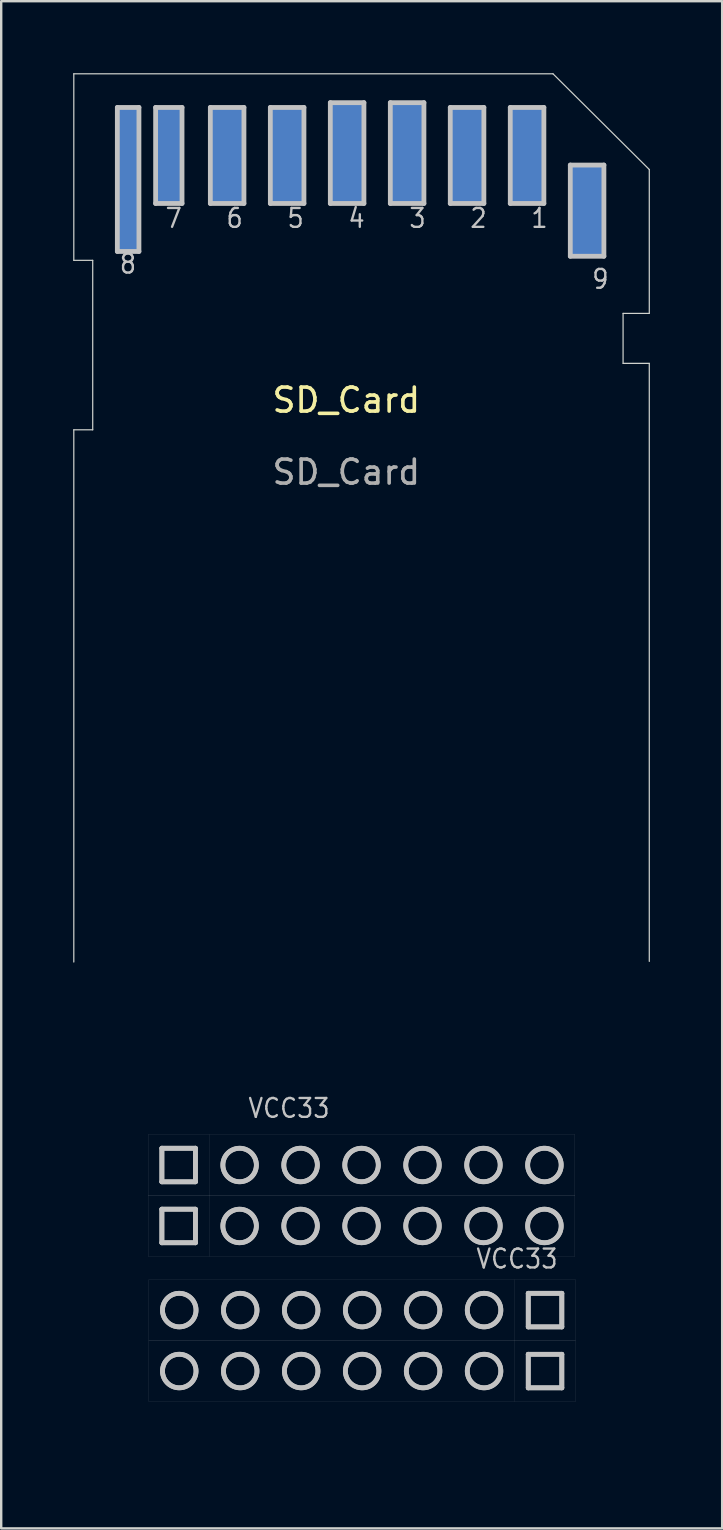
<source format=kicad_pcb>
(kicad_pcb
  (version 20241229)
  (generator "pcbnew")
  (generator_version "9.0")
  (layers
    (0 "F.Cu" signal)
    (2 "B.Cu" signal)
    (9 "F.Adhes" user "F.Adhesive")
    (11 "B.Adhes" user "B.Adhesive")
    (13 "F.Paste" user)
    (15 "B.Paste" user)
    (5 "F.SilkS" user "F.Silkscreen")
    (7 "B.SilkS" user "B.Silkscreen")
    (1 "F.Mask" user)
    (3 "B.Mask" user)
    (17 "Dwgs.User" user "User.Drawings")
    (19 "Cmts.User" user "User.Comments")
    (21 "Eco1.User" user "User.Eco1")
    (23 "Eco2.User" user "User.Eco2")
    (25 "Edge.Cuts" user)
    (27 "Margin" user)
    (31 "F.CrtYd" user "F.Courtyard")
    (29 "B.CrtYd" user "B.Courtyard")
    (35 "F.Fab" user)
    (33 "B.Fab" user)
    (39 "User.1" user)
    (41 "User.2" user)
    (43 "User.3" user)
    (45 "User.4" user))
  (footprint "SD_Card"
    (layer "F.Cu")
    (at 11.379 14.122)
    (property "Reference" "SD_Card" (at 0 -0.5 0) (unlocked yes) (layer "F.SilkS") (effects (font (size 1 1) (thickness 0.15))))
    (attr smd)
    (fp_line (start -11.34 -14.095) (end -11.34 -13.915) (stroke (width 0.001) (type solid)) (layer "Dwgs.User"))
    (fp_line (start -11.34 0.705) (end -11.34 1.455) (stroke (width 0.001) (type solid)) (layer "Dwgs.User"))
    (fp_line (start -11.34 0.955) (end -11.34 22.905) (stroke (width 0.001) (type solid)) (layer "Dwgs.User"))
    (fp_line (start -11.33 -14.095) (end -11.33 -6.295) (stroke (width 0.001) (type solid)) (layer "Dwgs.User"))
    (fp_line (start -11.33 -14.095) (end -5.76 -14.095) (stroke (width 0.001) (type solid)) (layer "Dwgs.User"))
    (fp_line (start -11.33 -6.295) (end -10.58 -6.295) (stroke (width 0.001) (type solid)) (layer "Dwgs.User"))
    (fp_line (start -11.328 -6.35) (end -11.328 -14.097) (stroke (width 0.002) (type solid)) (layer "Dwgs.User"))
    (fp_line (start -11.328 0.762) (end -10.541 0.762) (stroke (width 0.002) (type solid)) (layer "Dwgs.User"))
    (fp_line (start -11.328 37.059) (end -11.328 0.762) (stroke (width 0.002) (type solid)) (layer "Dwgs.User"))
    (fp_line (start -11.328 37.059) (end -11.328 43.51) (stroke (width 0.002) (type solid)) (layer "Dwgs.User"))
    (fp_line (start -11.328 43.51) (end 12.649 43.51) (stroke (width 0.002) (type solid)) (layer "Dwgs.User"))
    (fp_line (start -10.58 -6.295) (end -10.58 0.705) (stroke (width 0.001) (type solid)) (layer "Dwgs.User"))
    (fp_line (start -10.58 0.705) (end -11.34 0.705) (stroke (width 0.001) (type solid)) (layer "Dwgs.User"))
    (fp_line (start -10.541 -6.35) (end -11.328 -6.35) (stroke (width 0.002) (type solid)) (layer "Dwgs.User"))
    (fp_line (start -10.541 0.762) (end -10.541 -6.35) (stroke (width 0.002) (type solid)) (layer "Dwgs.User"))
    (fp_line (start -9.54 -12.695) (end -9.54 -6.695) (stroke (width 0.2) (type solid)) (layer "Dwgs.User"))
    (fp_line (start -9.54 -6.695) (end -8.64 -6.695) (stroke (width 0.2) (type solid)) (layer "Dwgs.User"))
    (fp_line (start -8.64 -12.695) (end -9.54 -12.695) (stroke (width 0.2) (type solid)) (layer "Dwgs.User"))
    (fp_line (start -8.64 -6.695) (end -8.64 -12.695) (stroke (width 0.2) (type solid)) (layer "Dwgs.User"))
    (fp_line (start -8.255 30.099) (end -8.255 32.639) (stroke (width 0.003) (type solid)) (layer "Dwgs.User"))
    (fp_line (start -8.255 32.639) (end -8.255 35.179) (stroke (width 0.003) (type solid)) (layer "Dwgs.User"))
    (fp_line (start -8.255 32.639) (end 9.525 32.639) (stroke (width 0.003) (type solid)) (layer "Dwgs.User"))
    (fp_line (start -8.255 35.179) (end 9.525 35.179) (stroke (width 0.003) (type solid)) (layer "Dwgs.User"))
    (fp_line (start -8.23 36.144) (end 9.55 36.144) (stroke (width 0.003) (type solid)) (layer "Dwgs.User"))
    (fp_line (start -8.23 38.684) (end -8.23 36.144) (stroke (width 0.003) (type solid)) (layer "Dwgs.User"))
    (fp_line (start -8.23 38.684) (end 9.55 38.684) (stroke (width 0.003) (type solid)) (layer "Dwgs.User"))
    (fp_line (start -8.23 41.224) (end -8.23 38.684) (stroke (width 0.003) (type solid)) (layer "Dwgs.User"))
    (fp_line (start -7.945 -12.695) (end -7.945 -8.695) (stroke (width 0.2) (type solid)) (layer "Dwgs.User"))
    (fp_line (start -7.945 -8.695) (end -6.845 -8.695) (stroke (width 0.2) (type solid)) (layer "Dwgs.User"))
    (fp_line (start -7.684 30.671) (end -7.684 32.068) (stroke (width 0.2) (type solid)) (layer "Dwgs.User"))
    (fp_line (start -7.684 30.671) (end -7.684 32.068) (stroke (width 0.2) (type solid)) (layer "Dwgs.User"))
    (fp_line (start -7.684 32.068) (end -6.287 32.068) (stroke (width 0.2) (type solid)) (layer "Dwgs.User"))
    (fp_line (start -7.684 32.068) (end -6.287 32.068) (stroke (width 0.2) (type solid)) (layer "Dwgs.User"))
    (fp_line (start -7.684 33.211) (end -7.684 34.608) (stroke (width 0.2) (type solid)) (layer "Dwgs.User"))
    (fp_line (start -7.684 33.211) (end -7.684 34.608) (stroke (width 0.2) (type solid)) (layer "Dwgs.User"))
    (fp_line (start -7.684 34.608) (end -6.287 34.608) (stroke (width 0.2) (type solid)) (layer "Dwgs.User"))
    (fp_line (start -7.684 34.608) (end -6.287 34.608) (stroke (width 0.2) (type solid)) (layer "Dwgs.User"))
    (fp_line (start -7.163 -14.097) (end -11.328 -14.097) (stroke (width 0.002) (type solid)) (layer "Dwgs.User"))
    (fp_line (start -7.163 -14.097) (end 8.661 -14.097) (stroke (width 0.002) (type solid)) (layer "Dwgs.User"))
    (fp_line (start -6.845 -12.695) (end -7.945 -12.695) (stroke (width 0.2) (type solid)) (layer "Dwgs.User"))
    (fp_line (start -6.845 -8.695) (end -6.845 -12.695) (stroke (width 0.2) (type solid)) (layer "Dwgs.User"))
    (fp_line (start -6.287 30.671) (end -7.684 30.671) (stroke (width 0.2) (type solid)) (layer "Dwgs.User"))
    (fp_line (start -6.287 30.671) (end -7.684 30.671) (stroke (width 0.2) (type solid)) (layer "Dwgs.User"))
    (fp_line (start -6.287 32.068) (end -6.287 30.671) (stroke (width 0.2) (type solid)) (layer "Dwgs.User"))
    (fp_line (start -6.287 32.068) (end -6.287 30.671) (stroke (width 0.2) (type solid)) (layer "Dwgs.User"))
    (fp_line (start -6.287 33.211) (end -7.684 33.211) (stroke (width 0.2) (type solid)) (layer "Dwgs.User"))
    (fp_line (start -6.287 33.211) (end -7.684 33.211) (stroke (width 0.2) (type solid)) (layer "Dwgs.User"))
    (fp_line (start -6.287 34.608) (end -6.287 33.211) (stroke (width 0.2) (type solid)) (layer "Dwgs.User"))
    (fp_line (start -6.287 34.608) (end -6.287 33.211) (stroke (width 0.2) (type solid)) (layer "Dwgs.User"))
    (fp_line (start -5.715 32.639) (end -5.715 30.099) (stroke (width 0.003) (type solid)) (layer "Dwgs.User"))
    (fp_line (start -5.715 35.179) (end -5.715 32.639) (stroke (width 0.003) (type solid)) (layer "Dwgs.User"))
    (fp_line (start -5.665 -12.695) (end -5.665 -8.695) (stroke (width 0.2) (type solid)) (layer "Dwgs.User"))
    (fp_line (start -5.665 -8.695) (end -4.265 -8.695) (stroke (width 0.2) (type solid)) (layer "Dwgs.User"))
    (fp_line (start -4.265 -12.695) (end -5.665 -12.695) (stroke (width 0.2) (type solid)) (layer "Dwgs.User"))
    (fp_line (start -4.265 -8.695) (end -4.265 -12.695) (stroke (width 0.2) (type solid)) (layer "Dwgs.User"))
    (fp_line (start -3.165 -12.695) (end -3.165 -8.695) (stroke (width 0.2) (type solid)) (layer "Dwgs.User"))
    (fp_line (start -3.165 -8.695) (end -1.765 -8.695) (stroke (width 0.2) (type solid)) (layer "Dwgs.User"))
    (fp_line (start -1.765 -12.695) (end -3.165 -12.695) (stroke (width 0.2) (type solid)) (layer "Dwgs.User"))
    (fp_line (start -1.765 -8.695) (end -1.765 -12.695) (stroke (width 0.2) (type solid)) (layer "Dwgs.User"))
    (fp_line (start -0.666 -12.895) (end -0.666 -8.695) (stroke (width 0.2) (type solid)) (layer "Dwgs.User"))
    (fp_line (start -0.666 -8.695) (end 0.734 -8.695) (stroke (width 0.2) (type solid)) (layer "Dwgs.User"))
    (fp_line (start 0.734 -12.895) (end -0.666 -12.895) (stroke (width 0.2) (type solid)) (layer "Dwgs.User"))
    (fp_line (start 0.734 -8.695) (end 0.734 -12.895) (stroke (width 0.2) (type solid)) (layer "Dwgs.User"))
    (fp_line (start 1.834 -12.895) (end 1.834 -8.695) (stroke (width 0.2) (type solid)) (layer "Dwgs.User"))
    (fp_line (start 1.834 -8.695) (end 3.234 -8.695) (stroke (width 0.2) (type solid)) (layer "Dwgs.User"))
    (fp_line (start 3.234 -12.895) (end 1.834 -12.895) (stroke (width 0.2) (type solid)) (layer "Dwgs.User"))
    (fp_line (start 3.234 -8.695) (end 3.234 -12.895) (stroke (width 0.2) (type solid)) (layer "Dwgs.User"))
    (fp_line (start 4.332 -12.695) (end 4.332 -8.695) (stroke (width 0.2) (type solid)) (layer "Dwgs.User"))
    (fp_line (start 4.332 -8.695) (end 5.732 -8.695) (stroke (width 0.2) (type solid)) (layer "Dwgs.User"))
    (fp_line (start 5.732 -12.695) (end 4.332 -12.695) (stroke (width 0.2) (type solid)) (layer "Dwgs.User"))
    (fp_line (start 5.732 -8.695) (end 5.732 -12.695) (stroke (width 0.2) (type solid)) (layer "Dwgs.User"))
    (fp_line (start 6.832 -12.695) (end 6.832 -8.695) (stroke (width 0.2) (type solid)) (layer "Dwgs.User"))
    (fp_line (start 6.832 -8.695) (end 8.232 -8.695) (stroke (width 0.2) (type solid)) (layer "Dwgs.User"))
    (fp_line (start 7.01 38.684) (end 7.01 36.144) (stroke (width 0.003) (type solid)) (layer "Dwgs.User"))
    (fp_line (start 7.01 41.224) (end 7.01 38.684) (stroke (width 0.003) (type solid)) (layer "Dwgs.User"))
    (fp_line (start 7.582 36.716) (end 8.979 36.716) (stroke (width 0.2) (type solid)) (layer "Dwgs.User"))
    (fp_line (start 7.582 36.716) (end 8.979 36.716) (stroke (width 0.2) (type solid)) (layer "Dwgs.User"))
    (fp_line (start 7.582 38.113) (end 7.582 36.716) (stroke (width 0.2) (type solid)) (layer "Dwgs.User"))
    (fp_line (start 7.582 38.113) (end 7.582 36.716) (stroke (width 0.2) (type solid)) (layer "Dwgs.User"))
    (fp_line (start 7.582 39.256) (end 8.979 39.256) (stroke (width 0.2) (type solid)) (layer "Dwgs.User"))
    (fp_line (start 7.582 39.256) (end 8.979 39.256) (stroke (width 0.2) (type solid)) (layer "Dwgs.User"))
    (fp_line (start 7.582 40.653) (end 7.582 39.256) (stroke (width 0.2) (type solid)) (layer "Dwgs.User"))
    (fp_line (start 7.582 40.653) (end 7.582 39.256) (stroke (width 0.2) (type solid)) (layer "Dwgs.User"))
    (fp_line (start 8.232 -12.695) (end 6.832 -12.695) (stroke (width 0.2) (type solid)) (layer "Dwgs.User"))
    (fp_line (start 8.232 -8.695) (end 8.232 -12.695) (stroke (width 0.2) (type solid)) (layer "Dwgs.User"))
    (fp_line (start 8.66 -14.095) (end -11.34 -14.095) (stroke (width 0.001) (type solid)) (layer "Dwgs.User"))
    (fp_line (start 8.661 -14.097) (end 12.649 -10.109) (stroke (width 0.002) (type solid)) (layer "Dwgs.User"))
    (fp_line (start 8.979 36.716) (end 8.979 38.113) (stroke (width 0.2) (type solid)) (layer "Dwgs.User"))
    (fp_line (start 8.979 36.716) (end 8.979 38.113) (stroke (width 0.2) (type solid)) (layer "Dwgs.User"))
    (fp_line (start 8.979 38.113) (end 7.582 38.113) (stroke (width 0.2) (type solid)) (layer "Dwgs.User"))
    (fp_line (start 8.979 38.113) (end 7.582 38.113) (stroke (width 0.2) (type solid)) (layer "Dwgs.User"))
    (fp_line (start 8.979 39.256) (end 8.979 40.653) (stroke (width 0.2) (type solid)) (layer "Dwgs.User"))
    (fp_line (start 8.979 39.256) (end 8.979 40.653) (stroke (width 0.2) (type solid)) (layer "Dwgs.User"))
    (fp_line (start 8.979 40.653) (end 7.582 40.653) (stroke (width 0.2) (type solid)) (layer "Dwgs.User"))
    (fp_line (start 8.979 40.653) (end 7.582 40.653) (stroke (width 0.2) (type solid)) (layer "Dwgs.User"))
    (fp_line (start 9.333 -10.295) (end 9.333 -6.495) (stroke (width 0.2) (type solid)) (layer "Dwgs.User"))
    (fp_line (start 9.333 -6.495) (end 10.733 -6.495) (stroke (width 0.2) (type solid)) (layer "Dwgs.User"))
    (fp_line (start 9.525 30.099) (end -8.255 30.099) (stroke (width 0.003) (type solid)) (layer "Dwgs.User"))
    (fp_line (start 9.525 32.639) (end -8.255 32.639) (stroke (width 0.003) (type solid)) (layer "Dwgs.User"))
    (fp_line (start 9.525 32.639) (end 9.525 30.099) (stroke (width 0.003) (type solid)) (layer "Dwgs.User"))
    (fp_line (start 9.525 35.179) (end 9.525 32.639) (stroke (width 0.003) (type solid)) (layer "Dwgs.User"))
    (fp_line (start 9.55 36.144) (end 9.55 38.684) (stroke (width 0.003) (type solid)) (layer "Dwgs.User"))
    (fp_line (start 9.55 38.684) (end -8.23 38.684) (stroke (width 0.003) (type solid)) (layer "Dwgs.User"))
    (fp_line (start 9.55 38.684) (end 9.55 41.224) (stroke (width 0.003) (type solid)) (layer "Dwgs.User"))
    (fp_line (start 9.55 41.224) (end -8.23 41.224) (stroke (width 0.003) (type solid)) (layer "Dwgs.User"))
    (fp_line (start 10.733 -10.295) (end 9.333 -10.295) (stroke (width 0.2) (type solid)) (layer "Dwgs.User"))
    (fp_line (start 10.733 -6.495) (end 10.733 -10.295) (stroke (width 0.2) (type solid)) (layer "Dwgs.User"))
    (fp_line (start 11.55 -4.105) (end 11.55 -2.045) (stroke (width 0.001) (type solid)) (layer "Dwgs.User"))
    (fp_line (start 11.55 -4.105) (end 12.66 -4.105) (stroke (width 0.001) (type solid)) (layer "Dwgs.User"))
    (fp_line (start 11.55 -2.045) (end 11.55 -4.105) (stroke (width 0.001) (type solid)) (layer "Dwgs.User"))
    (fp_line (start 11.55 -2.045) (end 12.66 -2.045) (stroke (width 0.001) (type solid)) (layer "Dwgs.User"))
    (fp_line (start 11.557 -4.115) (end 11.557 -2.032) (stroke (width 0.002) (type solid)) (layer "Dwgs.User"))
    (fp_line (start 11.557 -2.032) (end 12.649 -2.032) (stroke (width 0.002) (type solid)) (layer "Dwgs.User"))
    (fp_line (start 12.649 -10.109) (end 12.649 -4.115) (stroke (width 0.002) (type solid)) (layer "Dwgs.User"))
    (fp_line (start 12.649 -4.115) (end 11.557 -4.115) (stroke (width 0.002) (type solid)) (layer "Dwgs.User"))
    (fp_line (start 12.649 -2.032) (end 12.649 37.059) (stroke (width 0.002) (type solid)) (layer "Dwgs.User"))
    (fp_line (start 12.649 43.51) (end 12.649 37.059) (stroke (width 0.002) (type solid)) (layer "Dwgs.User"))
    (fp_line (start 12.66 -10.095) (end 8.66 -14.095) (stroke (width 0.001) (type solid)) (layer "Dwgs.User"))
    (fp_line (start 12.66 -4.105) (end 11.55 -4.105) (stroke (width 0.001) (type solid)) (layer "Dwgs.User"))
    (fp_line (start 12.66 -4.105) (end 12.66 -10.095) (stroke (width 0.001) (type solid)) (layer "Dwgs.User"))
    (fp_line (start 12.66 -2.045) (end 11.55 -2.045) (stroke (width 0.001) (type solid)) (layer "Dwgs.User"))
    (fp_line (start 12.66 -2.045) (end 12.66 22.905) (stroke (width 0.001) (type solid)) (layer "Dwgs.User"))
    (fp_circle (center -6.96 37.414) (end -6.261 37.414) (stroke (width 0.2) (type solid)) (fill no) (layer "Dwgs.User"))
    (fp_circle (center -6.96 37.414) (end -6.261 37.414) (stroke (width 0.2) (type solid)) (fill no) (layer "Dwgs.User"))
    (fp_circle (center -6.96 39.954) (end -6.261 39.954) (stroke (width 0.2) (type solid)) (fill no) (layer "Dwgs.User"))
    (fp_circle (center -6.96 39.954) (end -6.261 39.954) (stroke (width 0.2) (type solid)) (fill no) (layer "Dwgs.User"))
    (fp_circle (center -4.445 31.369) (end -3.747 31.369) (stroke (width 0.2) (type solid)) (fill no) (layer "Dwgs.User"))
    (fp_circle (center -4.445 31.369) (end -3.747 31.369) (stroke (width 0.2) (type solid)) (fill no) (layer "Dwgs.User"))
    (fp_circle (center -4.445 33.909) (end -3.747 33.909) (stroke (width 0.2) (type solid)) (fill no) (layer "Dwgs.User"))
    (fp_circle (center -4.445 33.909) (end -3.747 33.909) (stroke (width 0.2) (type solid)) (fill no) (layer "Dwgs.User"))
    (fp_circle (center -4.42 37.414) (end -3.721 37.414) (stroke (width 0.2) (type solid)) (fill no) (layer "Dwgs.User"))
    (fp_circle (center -4.42 37.414) (end -3.721 37.414) (stroke (width 0.2) (type solid)) (fill no) (layer "Dwgs.User"))
    (fp_circle (center -4.42 39.954) (end -3.721 39.954) (stroke (width 0.2) (type solid)) (fill no) (layer "Dwgs.User"))
    (fp_circle (center -4.42 39.954) (end -3.721 39.954) (stroke (width 0.2) (type solid)) (fill no) (layer "Dwgs.User"))
    (fp_circle (center -1.905 31.369) (end -1.206 31.369) (stroke (width 0.2) (type solid)) (fill no) (layer "Dwgs.User"))
    (fp_circle (center -1.905 31.369) (end -1.206 31.369) (stroke (width 0.2) (type solid)) (fill no) (layer "Dwgs.User"))
    (fp_circle (center -1.905 33.909) (end -1.206 33.909) (stroke (width 0.2) (type solid)) (fill no) (layer "Dwgs.User"))
    (fp_circle (center -1.905 33.909) (end -1.206 33.909) (stroke (width 0.2) (type solid)) (fill no) (layer "Dwgs.User"))
    (fp_circle (center -1.88 37.414) (end -1.181 37.414) (stroke (width 0.2) (type solid)) (fill no) (layer "Dwgs.User"))
    (fp_circle (center -1.88 37.414) (end -1.181 37.414) (stroke (width 0.2) (type solid)) (fill no) (layer "Dwgs.User"))
    (fp_circle (center -1.88 39.954) (end -1.181 39.954) (stroke (width 0.2) (type solid)) (fill no) (layer "Dwgs.User"))
    (fp_circle (center -1.88 39.954) (end -1.181 39.954) (stroke (width 0.2) (type solid)) (fill no) (layer "Dwgs.User"))
    (fp_circle (center 0.635 31.369) (end 1.333 31.369) (stroke (width 0.2) (type solid)) (fill no) (layer "Dwgs.User"))
    (fp_circle (center 0.635 31.369) (end 1.333 31.369) (stroke (width 0.2) (type solid)) (fill no) (layer "Dwgs.User"))
    (fp_circle (center 0.635 33.909) (end 1.333 33.909) (stroke (width 0.2) (type solid)) (fill no) (layer "Dwgs.User"))
    (fp_circle (center 0.635 33.909) (end 1.333 33.909) (stroke (width 0.2) (type solid)) (fill no) (layer "Dwgs.User"))
    (fp_circle (center 0.66 37.414) (end 1.359 37.414) (stroke (width 0.2) (type solid)) (fill no) (layer "Dwgs.User"))
    (fp_circle (center 0.66 37.414) (end 1.359 37.414) (stroke (width 0.2) (type solid)) (fill no) (layer "Dwgs.User"))
    (fp_circle (center 0.66 39.954) (end 1.359 39.954) (stroke (width 0.2) (type solid)) (fill no) (layer "Dwgs.User"))
    (fp_circle (center 0.66 39.954) (end 1.359 39.954) (stroke (width 0.2) (type solid)) (fill no) (layer "Dwgs.User"))
    (fp_circle (center 3.175 31.369) (end 3.873 31.369) (stroke (width 0.2) (type solid)) (fill no) (layer "Dwgs.User"))
    (fp_circle (center 3.175 31.369) (end 3.873 31.369) (stroke (width 0.2) (type solid)) (fill no) (layer "Dwgs.User"))
    (fp_circle (center 3.175 33.909) (end 3.873 33.909) (stroke (width 0.2) (type solid)) (fill no) (layer "Dwgs.User"))
    (fp_circle (center 3.175 33.909) (end 3.873 33.909) (stroke (width 0.2) (type solid)) (fill no) (layer "Dwgs.User"))
    (fp_circle (center 3.2 37.414) (end 3.899 37.414) (stroke (width 0.2) (type solid)) (fill no) (layer "Dwgs.User"))
    (fp_circle (center 3.2 37.414) (end 3.899 37.414) (stroke (width 0.2) (type solid)) (fill no) (layer "Dwgs.User"))
    (fp_circle (center 3.2 39.954) (end 3.899 39.954) (stroke (width 0.2) (type solid)) (fill no) (layer "Dwgs.User"))
    (fp_circle (center 3.2 39.954) (end 3.899 39.954) (stroke (width 0.2) (type solid)) (fill no) (layer "Dwgs.User"))
    (fp_circle (center 5.715 31.369) (end 6.413 31.369) (stroke (width 0.2) (type solid)) (fill no) (layer "Dwgs.User"))
    (fp_circle (center 5.715 31.369) (end 6.413 31.369) (stroke (width 0.2) (type solid)) (fill no) (layer "Dwgs.User"))
    (fp_circle (center 5.715 33.909) (end 6.413 33.909) (stroke (width 0.2) (type solid)) (fill no) (layer "Dwgs.User"))
    (fp_circle (center 5.715 33.909) (end 6.413 33.909) (stroke (width 0.2) (type solid)) (fill no) (layer "Dwgs.User"))
    (fp_circle (center 5.74 37.414) (end 6.439 37.414) (stroke (width 0.2) (type solid)) (fill no) (layer "Dwgs.User"))
    (fp_circle (center 5.74 37.414) (end 6.439 37.414) (stroke (width 0.2) (type solid)) (fill no) (layer "Dwgs.User"))
    (fp_circle (center 5.74 39.954) (end 6.439 39.954) (stroke (width 0.2) (type solid)) (fill no) (layer "Dwgs.User"))
    (fp_circle (center 5.74 39.954) (end 6.439 39.954) (stroke (width 0.2) (type solid)) (fill no) (layer "Dwgs.User"))
    (fp_circle (center 8.255 31.369) (end 8.954 31.369) (stroke (width 0.2) (type solid)) (fill no) (layer "Dwgs.User"))
    (fp_circle (center 8.255 31.369) (end 8.954 31.369) (stroke (width 0.2) (type solid)) (fill no) (layer "Dwgs.User"))
    (fp_circle (center 8.255 33.909) (end 8.954 33.909) (stroke (width 0.2) (type solid)) (fill no) (layer "Dwgs.User"))
    (fp_circle (center 8.255 33.909) (end 8.954 33.909) (stroke (width 0.2) (type solid)) (fill no) (layer "Dwgs.User"))
    (fp_line (start -11.354 -14.097) (end -11.354 -6.325) (stroke (width 0.05) (type solid)) (layer "Edge.Cuts"))
    (fp_line (start -11.354 -14.097) (end 8.611 -14.097) (stroke (width 0.05) (type solid)) (layer "Edge.Cuts"))
    (fp_line (start -11.354 -6.325) (end -10.566 -6.325) (stroke (width 0.05) (type solid)) (layer "Edge.Cuts"))
    (fp_line (start -11.354 0.737) (end -11.354 22.911) (stroke (width 0.05) (type solid)) (layer "Edge.Cuts"))
    (fp_line (start -10.566 -6.325) (end -10.566 0.737) (stroke (width 0.05) (type solid)) (layer "Edge.Cuts"))
    (fp_line (start -10.566 0.737) (end -11.354 0.737) (stroke (width 0.05) (type solid)) (layer "Edge.Cuts"))
    (fp_line (start 8.611 -14.097) (end 12.624 -10.109) (stroke (width 0.05) (type solid)) (layer "Edge.Cuts"))
    (fp_line (start 11.532 -4.115) (end 11.532 -2.032) (stroke (width 0.05) (type solid)) (layer "Edge.Cuts"))
    (fp_line (start 11.532 -2.032) (end 12.624 -2.032) (stroke (width 0.05) (type solid)) (layer "Edge.Cuts"))
    (fp_line (start 12.624 -10.109) (end 12.624 -4.115) (stroke (width 0.05) (type solid)) (layer "Edge.Cuts"))
    (fp_line (start 12.624 -4.115) (end 11.532 -4.115) (stroke (width 0.05) (type solid)) (layer "Edge.Cuts"))
    (fp_line (start 12.624 -2.032) (end 12.624 22.885) (stroke (width 0.05) (type solid)) (layer "Edge.Cuts"))
    (fp_text user "6" (at -5.055 -7.62 0) (layer "Dwgs.User") (effects (font (size 0.787 0.709) (thickness 0.098)) (justify left bottom)))
    (fp_text user "VCC33" (at -4.14 29.464 0) (layer "Dwgs.User") (effects (font (size 0.787 0.709) (thickness 0.098)) (justify left bottom)))
    (fp_text user "7" (at -7.595 -7.62 0) (layer "Dwgs.User") (effects (font (size 0.787 0.709) (thickness 0.098)) (justify left bottom)))
    (fp_text user "VCC33" (at 5.359 35.738 0) (layer "Dwgs.User") (effects (font (size 0.787 0.709) (thickness 0.098)) (justify left bottom)))
    (fp_text user "3" (at 2.565 -7.62 0) (layer "Dwgs.User") (effects (font (size 0.787 0.709) (thickness 0.098)) (justify left bottom)))
    (fp_text user "8" (at -9.5 -5.715 0) (layer "Dwgs.User") (effects (font (size 0.787 0.709) (thickness 0.098)) (justify left bottom)))
    (fp_text user "2" (at 5.105 -7.62 0) (layer "Dwgs.User") (effects (font (size 0.787 0.709) (thickness 0.098)) (justify left bottom)))
    (fp_text user "4" (at 0.025 -7.62 0) (layer "Dwgs.User") (effects (font (size 0.787 0.709) (thickness 0.098)) (justify left bottom)))
    (fp_text user "9" (at 10.185 -5.08 0) (layer "Dwgs.User") (effects (font (size 0.787 0.709) (thickness 0.098)) (justify left bottom)))
    (fp_text user "5" (at -2.515 -7.62 0) (layer "Dwgs.User") (effects (font (size 0.787 0.709) (thickness 0.098)) (justify left bottom)))
    (fp_text user "1" (at 7.645 -7.62 0) (layer "Dwgs.User") (effects (font (size 0.787 0.709) (thickness 0.098)) (justify left bottom)))
    (fp_text user "${REFERENCE}" (at 0 2.5 0) (unlocked yes) (layer "F.Fab") (effects (font (size 1 1) (thickness 0.15))))
    (pad "1" smd rect (at 7.544 -10.693 90) (size 4 1.4) (layers "F.Mask" "B.Cu" "F.Paste"))
    (pad "2" smd rect (at 5.055 -10.719 90) (size 4 1.4) (layers "F.Mask" "B.Cu" "F.Paste"))
    (pad "3" smd rect (at 2.54 -10.82 90) (size 4.2 1.4) (layers "F.Mask" "B.Cu" "F.Paste"))
    (pad "4" smd rect (at 0.051 -10.795 90) (size 4.2 1.4) (layers "F.Mask" "B.Cu" "F.Paste"))
    (pad "5" smd rect (at -2.464 -10.693 90) (size 4 1.4) (layers "F.Mask" "B.Cu" "F.Paste"))
    (pad "6" smd rect (at -4.953 -10.719 90) (size 4 1.4) (layers "F.Mask" "B.Cu" "F.Paste"))
    (pad "7" smd rect (at -7.391 -10.719 90) (size 4 1.1) (layers "F.Mask" "B.Cu" "F.Paste"))
    (pad "8" smd rect (at -9.068 -9.703 90) (size 6 0.9) (layers "F.Mask" "B.Cu" "F.Paste"))
    (pad "9" smd rect (at 10.033 -8.382 90) (size 3.8 1.4) (layers "F.Mask" "B.Cu" "F.Paste")))
  (gr_rect
    (start -3 -3)
    (end 27.04 60.633)
    (stroke (width 0.1) (type default))
    (fill no)
    (layer "Edge.Cuts")))
</source>
